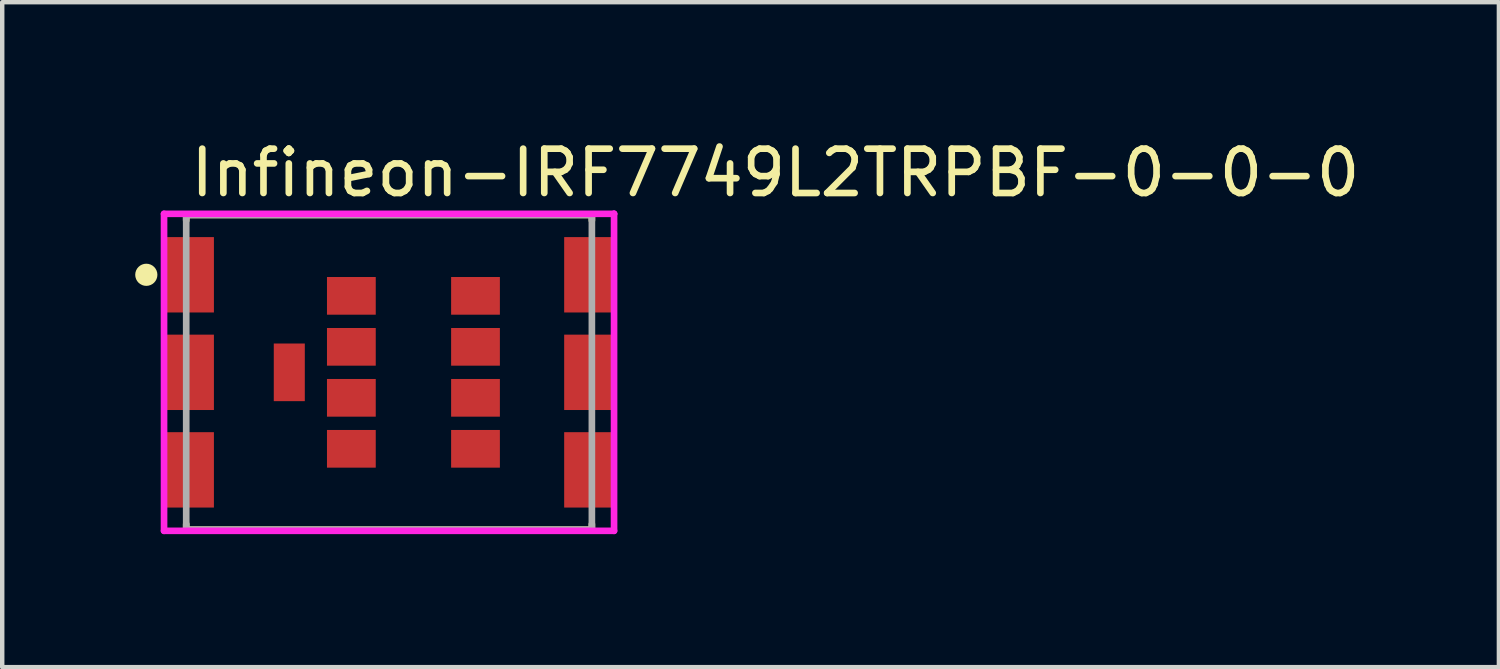
<source format=kicad_pcb>
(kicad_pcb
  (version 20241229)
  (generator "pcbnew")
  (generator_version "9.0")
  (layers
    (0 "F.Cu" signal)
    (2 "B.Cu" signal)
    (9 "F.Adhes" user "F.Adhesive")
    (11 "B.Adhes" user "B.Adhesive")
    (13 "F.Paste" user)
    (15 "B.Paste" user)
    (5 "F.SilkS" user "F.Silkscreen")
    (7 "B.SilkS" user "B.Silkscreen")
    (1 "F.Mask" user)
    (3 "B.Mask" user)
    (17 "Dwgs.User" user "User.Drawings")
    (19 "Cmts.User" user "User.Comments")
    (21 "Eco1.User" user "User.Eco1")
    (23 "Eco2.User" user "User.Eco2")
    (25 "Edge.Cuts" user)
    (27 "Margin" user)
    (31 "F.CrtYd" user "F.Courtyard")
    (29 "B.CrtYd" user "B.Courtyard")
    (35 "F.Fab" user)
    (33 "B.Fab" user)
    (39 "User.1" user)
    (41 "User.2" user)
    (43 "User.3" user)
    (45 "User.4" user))
  (footprint "Infineon-IRF7749L2TRPBF-0-0-0"
    (layer "F.Cu")
    (at 5.725 5.348)
    (property "Reference" "Infineon-IRF7749L2TRPBF-0-0-0" (at -4.55 -4.5 0) (layer "F.SilkS") (effects (font (size 1 1) (thickness 0.15)) (justify left)))
    (attr through_hole)
    (fp_line (start -4.575 -3.55) (end 4.575 -3.55) (stroke (width 0.15) (type solid)) (layer "F.SilkS"))
    (fp_line (start -4.575 -3.425) (end -4.575 -3.55) (stroke (width 0.15) (type solid)) (layer "F.SilkS"))
    (fp_line (start -4.575 3.55) (end -4.575 3.425) (stroke (width 0.15) (type solid)) (layer "F.SilkS"))
    (fp_line (start -4.575 3.55) (end 4.575 3.55) (stroke (width 0.15) (type solid)) (layer "F.SilkS"))
    (fp_line (start 4.575 -3.425) (end 4.575 -3.55) (stroke (width 0.15) (type solid)) (layer "F.SilkS"))
    (fp_line (start 4.575 3.55) (end 4.575 3.425) (stroke (width 0.15) (type solid)) (layer "F.SilkS"))
    (fp_circle (center -5.475 -2.2) (end -5.35 -2.2) (stroke (width 0.25) (type solid)) (fill no) (layer "F.SilkS"))
    (fp_line (start -5.075 -3.575) (end -5.075 3.575) (stroke (width 0.15) (type solid)) (layer "F.CrtYd"))
    (fp_line (start -5.075 3.575) (end 5.075 3.575) (stroke (width 0.15) (type solid)) (layer "F.CrtYd"))
    (fp_line (start 5.075 -3.575) (end -5.075 -3.575) (stroke (width 0.15) (type solid)) (layer "F.CrtYd"))
    (fp_line (start 5.075 -3.575) (end 5.075 -3.575) (stroke (width 0.15) (type solid)) (layer "F.CrtYd"))
    (fp_line (start 5.075 3.575) (end 5.075 -3.575) (stroke (width 0.15) (type solid)) (layer "F.CrtYd"))
    (fp_line (start -4.575 -3.55) (end 4.575 -3.55) (stroke (width 0.15) (type solid)) (layer "F.Fab"))
    (fp_line (start -4.575 3.55) (end -4.575 -3.55) (stroke (width 0.15) (type solid)) (layer "F.Fab"))
    (fp_line (start 4.575 -3.55) (end 4.575 3.55) (stroke (width 0.15) (type solid)) (layer "F.Fab"))
    (fp_line (start 4.575 3.55) (end -4.575 3.55) (stroke (width 0.15) (type solid)) (layer "F.Fab"))
    (pad "1" smd rect (at -4.5 -2.2) (size 1.1 1.7) (layers "F.Cu" "F.Mask" "F.Paste"))
    (pad "1" smd rect (at -4.5 0) (size 1.1 1.7) (layers "F.Cu" "F.Mask" "F.Paste"))
    (pad "1" smd rect (at -4.5 2.2) (size 1.1 1.7) (layers "F.Cu" "F.Mask" "F.Paste"))
    (pad "2" smd rect (at -0.85 -1.725) (size 1.1 0.85) (layers "F.Cu" "F.Mask" "F.Paste"))
    (pad "3" smd rect (at 1.95 -1.725) (size 1.1 0.85) (layers "F.Cu" "F.Mask" "F.Paste"))
    (pad "4" smd rect (at 4.5 -2.2) (size 1.1 1.7) (layers "F.Cu" "F.Mask" "F.Paste"))
    (pad "4" smd rect (at 4.5 0) (size 1.1 1.7) (layers "F.Cu" "F.Mask" "F.Paste"))
    (pad "4" smd rect (at 4.5 2.2) (size 1.1 1.7) (layers "F.Cu" "F.Mask" "F.Paste"))
    (pad "5" smd rect (at -0.85 -0.575) (size 1.1 0.85) (layers "F.Cu" "F.Mask" "F.Paste"))
    (pad "6" smd rect (at 1.95 -0.575) (size 1.1 0.85) (layers "F.Cu" "F.Mask" "F.Paste"))
    (pad "7" smd rect (at -2.25 0) (size 0.7 1.3) (layers "F.Cu" "F.Mask" "F.Paste"))
    (pad "8" smd rect (at -0.85 0.575) (size 1.1 0.85) (layers "F.Cu" "F.Mask" "F.Paste"))
    (pad "9" smd rect (at 1.95 0.575) (size 1.1 0.85) (layers "F.Cu" "F.Mask" "F.Paste"))
    (pad "10" smd rect (at -0.85 1.725) (size 1.1 0.85) (layers "F.Cu" "F.Mask" "F.Paste"))
    (pad "11" smd rect (at 1.95 1.725) (size 1.1 0.85) (layers "F.Cu" "F.Mask" "F.Paste")))
  (gr_rect
    (start -3 -3)
    (end 30.758 11.998)
    (stroke (width 0.1) (type default))
    (fill no)
    (layer "Edge.Cuts")))
</source>
